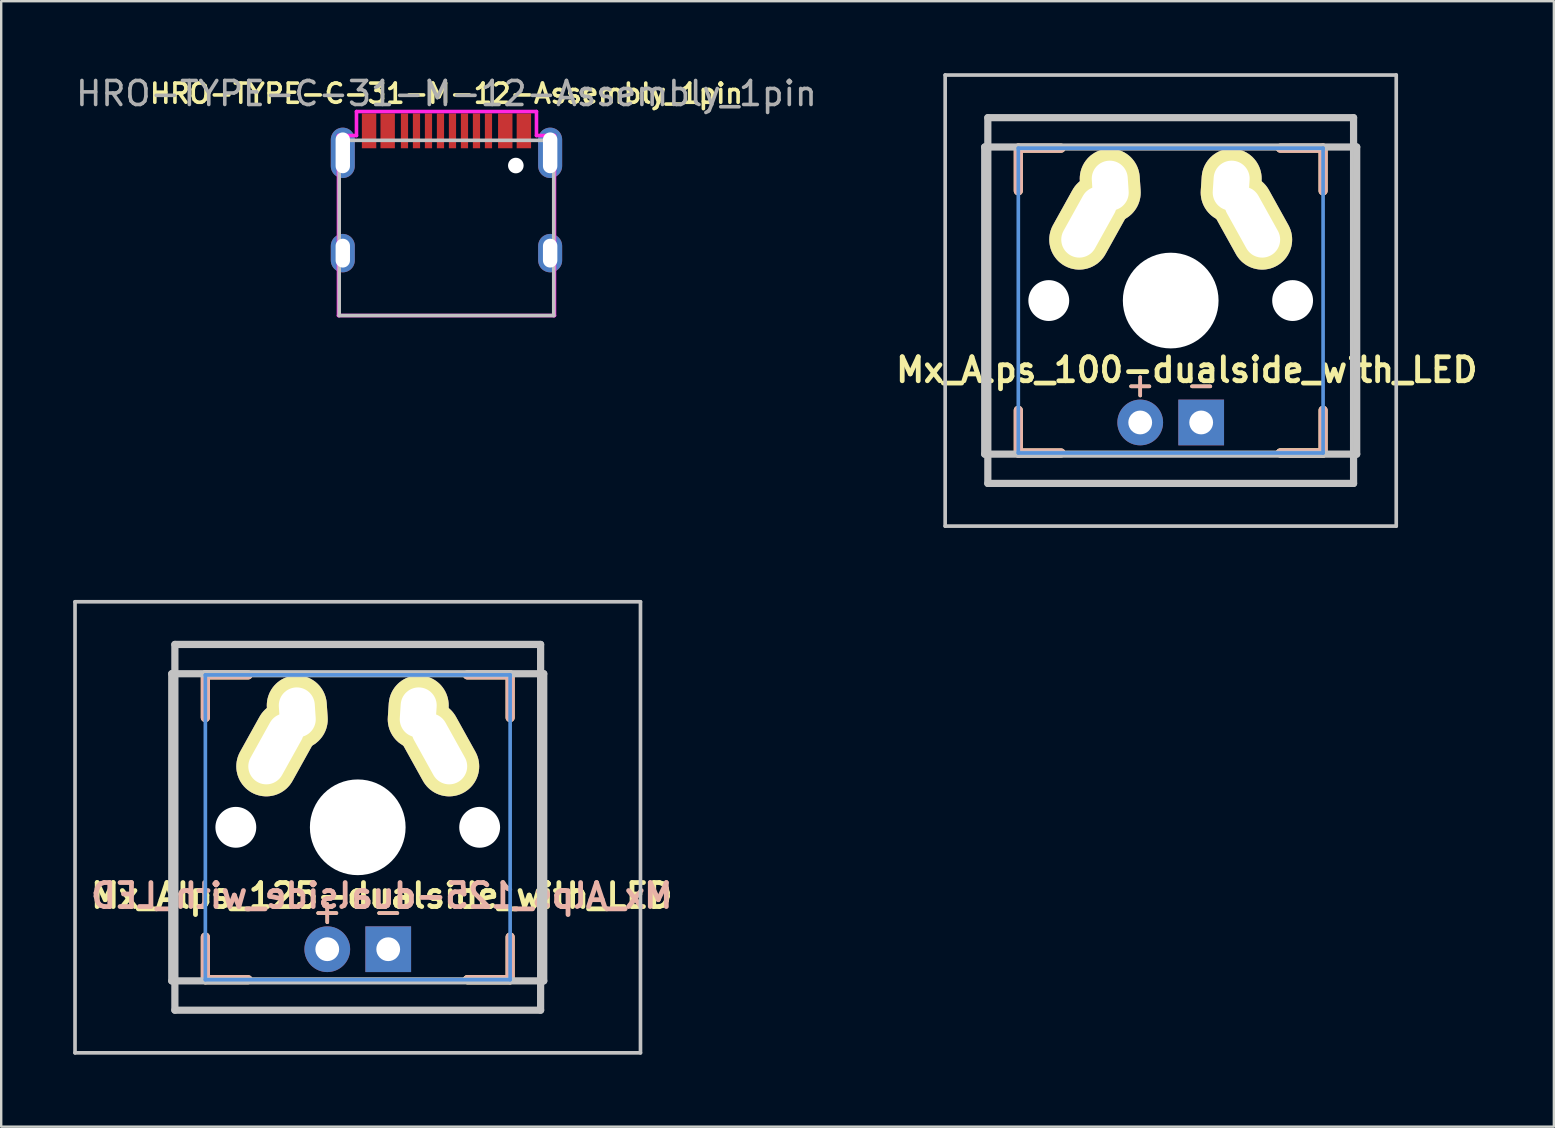
<source format=kicad_pcb>
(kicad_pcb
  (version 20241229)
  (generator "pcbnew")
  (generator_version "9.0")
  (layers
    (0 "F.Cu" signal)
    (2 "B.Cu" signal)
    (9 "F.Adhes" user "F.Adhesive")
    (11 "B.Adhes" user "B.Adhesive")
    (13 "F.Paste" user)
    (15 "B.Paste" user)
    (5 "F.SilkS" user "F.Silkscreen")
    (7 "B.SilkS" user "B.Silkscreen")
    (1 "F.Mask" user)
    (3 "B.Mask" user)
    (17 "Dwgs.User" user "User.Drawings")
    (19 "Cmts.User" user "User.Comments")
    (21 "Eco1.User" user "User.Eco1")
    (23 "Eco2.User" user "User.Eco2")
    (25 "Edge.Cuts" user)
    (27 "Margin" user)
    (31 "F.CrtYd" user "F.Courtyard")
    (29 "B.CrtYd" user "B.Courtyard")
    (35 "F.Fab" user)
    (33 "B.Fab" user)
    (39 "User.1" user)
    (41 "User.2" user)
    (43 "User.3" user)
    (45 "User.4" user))
  (footprint "Mx_Alps_100-dualside_with_LED"
    (layer "F.Cu")
    (at 45.732 9.474)
    (property "Reference" "Mx_Alps_100-dualside_with_LED" (at 0.67 2.89 0) (layer "F.SilkS") (effects (font (size 1 1) (thickness 0.2))))
    (attr through_hole)
    (fp_line (start -6.35 -6.35) (end -4.572 -6.35) (stroke (width 0.381) (type solid)) (layer "F.SilkS"))
    (fp_line (start -6.35 -4.572) (end -6.35 -6.35) (stroke (width 0.381) (type solid)) (layer "F.SilkS"))
    (fp_line (start -6.35 6.35) (end -6.35 4.572) (stroke (width 0.381) (type solid)) (layer "F.SilkS"))
    (fp_line (start -4.572 6.35) (end -6.35 6.35) (stroke (width 0.381) (type solid)) (layer "F.SilkS"))
    (fp_line (start 4.572 -6.35) (end 6.35 -6.35) (stroke (width 0.381) (type solid)) (layer "F.SilkS"))
    (fp_line (start 4.572 6.35) (end 6.35 6.35) (stroke (width 0.381) (type solid)) (layer "F.SilkS"))
    (fp_line (start 6.35 -6.35) (end 6.35 -4.572) (stroke (width 0.381) (type solid)) (layer "F.SilkS"))
    (fp_line (start 6.35 4.572) (end 6.35 6.35) (stroke (width 0.381) (type solid)) (layer "F.SilkS"))
    (fp_line (start 6.35 6.35) (end 4.572 6.35) (stroke (width 0.381) (type solid)) (layer "F.SilkS"))
    (fp_line (start -6.35 -6.35) (end -4.572 -6.35) (stroke (width 0.381) (type solid)) (layer "B.SilkS"))
    (fp_line (start -6.35 -4.572) (end -6.35 -6.35) (stroke (width 0.381) (type solid)) (layer "B.SilkS"))
    (fp_line (start -6.35 6.35) (end -6.35 4.572) (stroke (width 0.381) (type solid)) (layer "B.SilkS"))
    (fp_line (start -4.572 6.35) (end -6.35 6.35) (stroke (width 0.381) (type solid)) (layer "B.SilkS"))
    (fp_line (start 6.35 -6.35) (end 4.572 -6.35) (stroke (width 0.381) (type solid)) (layer "B.SilkS"))
    (fp_line (start 6.35 -4.572) (end 6.35 -6.35) (stroke (width 0.381) (type solid)) (layer "B.SilkS"))
    (fp_line (start 6.35 4.572) (end 6.35 6.35) (stroke (width 0.381) (type solid)) (layer "B.SilkS"))
    (fp_line (start 6.35 6.35) (end 4.572 6.35) (stroke (width 0.381) (type solid)) (layer "B.SilkS"))
    (fp_line (start -9.398 -9.398) (end 9.398 -9.398) (stroke (width 0.152) (type solid)) (layer "Dwgs.User"))
    (fp_line (start -9.398 9.398) (end -9.398 -9.398) (stroke (width 0.152) (type solid)) (layer "Dwgs.User"))
    (fp_line (start -7.75 6.4) (end -7.75 -6.4) (stroke (width 0.3) (type solid)) (layer "Dwgs.User"))
    (fp_line (start -7.75 6.4) (end 7.75 6.4) (stroke (width 0.3) (type solid)) (layer "Dwgs.User"))
    (fp_line (start -7.62 -7.62) (end 7.62 -7.62) (stroke (width 0.3) (type solid)) (layer "Dwgs.User"))
    (fp_line (start -7.62 7.62) (end -7.62 -7.62) (stroke (width 0.3) (type solid)) (layer "Dwgs.User"))
    (fp_line (start 7.62 -7.62) (end 7.62 7.62) (stroke (width 0.3) (type solid)) (layer "Dwgs.User"))
    (fp_line (start 7.62 7.62) (end -7.62 7.62) (stroke (width 0.3) (type solid)) (layer "Dwgs.User"))
    (fp_line (start 7.75 -6.4) (end -7.75 -6.4) (stroke (width 0.3) (type solid)) (layer "Dwgs.User"))
    (fp_line (start 7.75 6.4) (end 7.75 -6.4) (stroke (width 0.3) (type solid)) (layer "Dwgs.User"))
    (fp_line (start 9.398 -9.398) (end 9.398 9.398) (stroke (width 0.152) (type solid)) (layer "Dwgs.User"))
    (fp_line (start 9.398 9.398) (end -9.398 9.398) (stroke (width 0.152) (type solid)) (layer "Dwgs.User"))
    (fp_line (start -6.35 -6.35) (end 6.35 -6.35) (stroke (width 0.152) (type solid)) (layer "Cmts.User"))
    (fp_line (start -6.35 6.35) (end -6.35 -6.35) (stroke (width 0.152) (type solid)) (layer "Cmts.User"))
    (fp_line (start 6.35 6.35) (end -6.35 6.35) (stroke (width 0.152) (type solid)) (layer "Cmts.User"))
    (fp_line (start 6.35 6.35) (end 6.35 -6.35) (stroke (width 0.152) (type solid)) (layer "Cmts.User"))
    (fp_line (start -6.985 6.985) (end -6.985 -6.985) (stroke (width 0.152) (type solid)) (layer "Eco2.User"))
    (fp_line (start 6.985 -6.985) (end -6.985 -6.985) (stroke (width 0.152) (type solid)) (layer "Eco2.User"))
    (fp_line (start 6.985 -6.985) (end 6.985 6.985) (stroke (width 0.152) (type solid)) (layer "Eco2.User"))
    (fp_line (start 6.985 6.985) (end -6.985 6.985) (stroke (width 0.152) (type solid)) (layer "Eco2.User"))
    (fp_line (start 6.985 6.985) (end 6.985 -6.985) (stroke (width 0.152) (type solid)) (layer "Eco2.User"))
    (fp_text user "-" (at 1.27 3.5 0) (layer "F.SilkS") (effects (font (size 1 1) (thickness 0.15))))
    (fp_text user "+" (at -1.27 3.5 0) (layer "F.SilkS") (effects (font (size 1 1) (thickness 0.15))))
    (fp_text user "+" (at -1.27 3.5 0) (layer "B.SilkS") (effects (font (size 1 1) (thickness 0.15))))
    (fp_text user "-" (at 1.27 3.5 0) (layer "B.SilkS") (effects (font (size 1 1) (thickness 0.15))))
    (pad "" np_thru_hole circle (at -5.08 0) (size 1.702 1.702) (drill 1.702) (layers "*.Cu"))
    (pad "" np_thru_hole circle (at 0 0) (size 3.988 3.988) (drill 3.988) (layers "*.Cu"))
    (pad "" np_thru_hole circle (at 5.08 0) (size 1.702 1.702) (drill 1.702) (layers "*.Cu"))
    (pad "1" thru_hole oval (at -3.405 -3.27 330.95) (size 2.5 4.17) (drill oval 1.5 3.17) (layers "*.Cu" "*.Mask" "F.SilkS"))
    (pad "1" thru_hole oval (at -2.52 -4.79 3.9) (size 2.5 3.08) (drill oval 1.5 2.08) (layers "*.Cu" "*.Mask" "F.SilkS"))
    (pad "2" thru_hole oval (at 2.52 -4.79 356.1) (size 2.5 3.08) (drill oval 1.5 2.08) (layers "*.Cu" "*.Mask" "F.SilkS"))
    (pad "2" thru_hole oval (at 3.405 -3.27 29.05) (size 2.5 4.17) (drill oval 1.5 3.17) (layers "*.Cu" "*.Mask" "F.SilkS"))
    (pad "3" thru_hole circle (at -1.27 5.08) (size 1.905 1.905) (drill 0.991) (layers "*.Cu" "*.Mask"))
    (pad "4" thru_hole rect (at 1.27 5.08) (size 1.905 1.905) (drill 0.991) (layers "*.Cu" "*.Mask")))
  (footprint "HRO-TYPE-C-31-M-12-Assembly_1pin"
    (layer "F.Cu")
    (at 15.554 10.098)
    (property "Reference" "HRO-TYPE-C-31-M-12-Assembly_1pin" (at 0 -9.25 180) (layer "F.SilkS") (effects (font (size 0.8 0.8) (thickness 0.15))))
    (attr smd)
    (fp_line (start -4.47 -7.3) (end 4.47 -7.3) (stroke (width 0.15) (type solid)) (layer "Dwgs.User"))
    (fp_line (start -4.47 0) (end -4.47 -7.3) (stroke (width 0.15) (type solid)) (layer "Dwgs.User"))
    (fp_line (start -4.47 0) (end 4.47 0) (stroke (width 0.15) (type solid)) (layer "Dwgs.User"))
    (fp_line (start 4.47 0) (end 4.47 -7.3) (stroke (width 0.15) (type solid)) (layer "Dwgs.User"))
    (fp_line (start -4.5 -7.5) (end -3.75 -7.5) (stroke (width 0.15) (type solid)) (layer "F.CrtYd"))
    (fp_line (start -4.5 0) (end -4.5 -7.5) (stroke (width 0.15) (type solid)) (layer "F.CrtYd"))
    (fp_line (start -3.75 -8.5) (end 3.75 -8.5) (stroke (width 0.15) (type solid)) (layer "F.CrtYd"))
    (fp_line (start -3.75 -7.5) (end -3.75 -8.5) (stroke (width 0.15) (type solid)) (layer "F.CrtYd"))
    (fp_line (start 3.75 -8.5) (end 3.75 -7.5) (stroke (width 0.15) (type solid)) (layer "F.CrtYd"))
    (fp_line (start 4.5 -7.5) (end 3.75 -7.5) (stroke (width 0.15) (type solid)) (layer "F.CrtYd"))
    (fp_line (start 4.5 -7.5) (end 4.5 0) (stroke (width 0.15) (type solid)) (layer "F.CrtYd"))
    (fp_line (start 4.5 0) (end -4.5 0) (stroke (width 0.15) (type solid)) (layer "F.CrtYd"))
    (fp_text user "${REFERENCE}" (at 0 -9.25 180) (layer "F.Fab") (effects (font (size 1 1) (thickness 0.15))))
    (pad "" np_thru_hole circle (at 2.89 -6.25) (size 0.65 0.65) (drill 0.65) (layers "*.Cu" "*.Mask"))
    (pad "1" smd rect (at -3.225 -7.695) (size 0.6 1.45) (layers "F.Cu" "F.Mask" "F.Paste"))
    (pad "2" smd rect (at -2.45 -7.695) (size 0.6 1.45) (layers "F.Cu" "F.Mask" "F.Paste"))
    (pad "3" smd rect (at -1.75 -7.695) (size 0.3 1.45) (layers "F.Cu" "F.Mask" "F.Paste"))
    (pad "4" smd rect (at -1.25 -7.695) (size 0.3 1.45) (layers "F.Cu" "F.Mask" "F.Paste"))
    (pad "5" smd rect (at -0.75 -7.695) (size 0.3 1.45) (layers "F.Cu" "F.Mask" "F.Paste"))
    (pad "6" smd rect (at -0.25 -7.695) (size 0.3 1.45) (layers "F.Cu" "F.Mask" "F.Paste"))
    (pad "7" smd rect (at 0.25 -7.695) (size 0.3 1.45) (layers "F.Cu" "F.Mask" "F.Paste"))
    (pad "8" smd rect (at 0.75 -7.695) (size 0.3 1.45) (layers "F.Cu" "F.Mask" "F.Paste"))
    (pad "9" smd rect (at 1.25 -7.695) (size 0.3 1.45) (layers "F.Cu" "F.Mask" "F.Paste"))
    (pad "10" smd rect (at 1.75 -7.695) (size 0.3 1.45) (layers "F.Cu" "F.Mask" "F.Paste"))
    (pad "11" smd rect (at 2.45 -7.695) (size 0.6 1.45) (layers "F.Cu" "F.Mask" "F.Paste"))
    (pad "12" smd rect (at 3.225 -7.695) (size 0.6 1.45) (layers "F.Cu" "F.Mask" "F.Paste"))
    (pad "13" thru_hole oval (at -4.32 -6.78) (size 1 2.1) (drill oval 0.6 1.7) (layers "*.Cu" "*.Mask"))
    (pad "13" thru_hole oval (at -4.32 -2.6) (size 1 1.6) (drill oval 0.6 1.2) (layers "*.Cu" "*.Mask"))
    (pad "13" thru_hole oval (at 4.32 -6.78) (size 1 2.1) (drill oval 0.6 1.7) (layers "*.Cu" "*.Mask"))
    (pad "13" thru_hole oval (at 4.32 -2.6) (size 1 1.6) (drill oval 0.6 1.2) (layers "*.Cu" "*.Mask")))
  (footprint "Mx_Alps_125-dualside_with_LED"
    (layer "F.Cu")
    (at 11.857 31.423)
    (property "Reference" "Mx_Alps_125-dualside_with_LED" (at 1 2.85 0) (layer "F.SilkS") (effects (font (size 1 1) (thickness 0.2))))
    (attr through_hole)
    (fp_line (start -6.35 -6.35) (end -4.572 -6.35) (stroke (width 0.381) (type solid)) (layer "F.SilkS"))
    (fp_line (start -6.35 -4.572) (end -6.35 -6.35) (stroke (width 0.381) (type solid)) (layer "F.SilkS"))
    (fp_line (start -6.35 6.35) (end -6.35 4.572) (stroke (width 0.381) (type solid)) (layer "F.SilkS"))
    (fp_line (start -4.572 6.35) (end -6.35 6.35) (stroke (width 0.381) (type solid)) (layer "F.SilkS"))
    (fp_line (start 4.572 -6.35) (end 6.35 -6.35) (stroke (width 0.381) (type solid)) (layer "F.SilkS"))
    (fp_line (start 4.572 6.35) (end 6.35 6.35) (stroke (width 0.381) (type solid)) (layer "F.SilkS"))
    (fp_line (start 6.35 -6.35) (end 6.35 -4.572) (stroke (width 0.381) (type solid)) (layer "F.SilkS"))
    (fp_line (start 6.35 4.572) (end 6.35 6.35) (stroke (width 0.381) (type solid)) (layer "F.SilkS"))
    (fp_line (start 6.35 6.35) (end 4.572 6.35) (stroke (width 0.381) (type solid)) (layer "F.SilkS"))
    (fp_line (start -6.35 -6.35) (end -4.572 -6.35) (stroke (width 0.381) (type solid)) (layer "B.SilkS"))
    (fp_line (start -6.35 -4.572) (end -6.35 -6.35) (stroke (width 0.381) (type solid)) (layer "B.SilkS"))
    (fp_line (start -6.35 6.35) (end -6.35 4.572) (stroke (width 0.381) (type solid)) (layer "B.SilkS"))
    (fp_line (start -4.572 6.35) (end -6.35 6.35) (stroke (width 0.381) (type solid)) (layer "B.SilkS"))
    (fp_line (start 6.35 -6.35) (end 4.572 -6.35) (stroke (width 0.381) (type solid)) (layer "B.SilkS"))
    (fp_line (start 6.35 -4.572) (end 6.35 -6.35) (stroke (width 0.381) (type solid)) (layer "B.SilkS"))
    (fp_line (start 6.35 4.572) (end 6.35 6.35) (stroke (width 0.381) (type solid)) (layer "B.SilkS"))
    (fp_line (start 6.35 6.35) (end 4.572 6.35) (stroke (width 0.381) (type solid)) (layer "B.SilkS"))
    (fp_line (start -11.781 -9.398) (end 11.781 -9.398) (stroke (width 0.152) (type solid)) (layer "Dwgs.User"))
    (fp_line (start -11.781 9.398) (end -11.781 -9.398) (stroke (width 0.152) (type solid)) (layer "Dwgs.User"))
    (fp_line (start -7.75 6.4) (end -7.75 -6.4) (stroke (width 0.3) (type solid)) (layer "Dwgs.User"))
    (fp_line (start -7.75 6.4) (end 7.75 6.4) (stroke (width 0.3) (type solid)) (layer "Dwgs.User"))
    (fp_line (start -7.62 -7.62) (end 7.62 -7.62) (stroke (width 0.3) (type solid)) (layer "Dwgs.User"))
    (fp_line (start -7.62 7.62) (end -7.62 -7.62) (stroke (width 0.3) (type solid)) (layer "Dwgs.User"))
    (fp_line (start 7.62 -7.62) (end 7.62 7.62) (stroke (width 0.3) (type solid)) (layer "Dwgs.User"))
    (fp_line (start 7.62 7.62) (end -7.62 7.62) (stroke (width 0.3) (type solid)) (layer "Dwgs.User"))
    (fp_line (start 7.75 -6.4) (end -7.75 -6.4) (stroke (width 0.3) (type solid)) (layer "Dwgs.User"))
    (fp_line (start 7.75 6.4) (end 7.75 -6.4) (stroke (width 0.3) (type solid)) (layer "Dwgs.User"))
    (fp_line (start 11.781 -9.398) (end 11.781 9.398) (stroke (width 0.152) (type solid)) (layer "Dwgs.User"))
    (fp_line (start 11.781 9.398) (end -11.781 9.398) (stroke (width 0.152) (type solid)) (layer "Dwgs.User"))
    (fp_line (start -6.35 -6.35) (end 6.35 -6.35) (stroke (width 0.152) (type solid)) (layer "Cmts.User"))
    (fp_line (start -6.35 6.35) (end -6.35 -6.35) (stroke (width 0.152) (type solid)) (layer "Cmts.User"))
    (fp_line (start 6.35 6.35) (end -6.35 6.35) (stroke (width 0.152) (type solid)) (layer "Cmts.User"))
    (fp_line (start 6.35 6.35) (end 6.35 -6.35) (stroke (width 0.152) (type solid)) (layer "Cmts.User"))
    (fp_line (start -6.985 6.985) (end -6.985 -6.985) (stroke (width 0.152) (type solid)) (layer "Eco2.User"))
    (fp_line (start 6.985 -6.985) (end -6.985 -6.985) (stroke (width 0.152) (type solid)) (layer "Eco2.User"))
    (fp_line (start 6.985 -6.985) (end 6.985 6.985) (stroke (width 0.152) (type solid)) (layer "Eco2.User"))
    (fp_line (start 6.985 6.985) (end -6.985 6.985) (stroke (width 0.152) (type solid)) (layer "Eco2.User"))
    (fp_line (start 6.985 6.985) (end 6.985 -6.985) (stroke (width 0.152) (type solid)) (layer "Eco2.User"))
    (fp_text user "-" (at 1.27 3.5 0) (layer "F.SilkS") (effects (font (size 1 1) (thickness 0.15))))
    (fp_text user "+" (at -1.27 3.5 0) (layer "F.SilkS") (effects (font (size 1 1) (thickness 0.15))))
    (fp_text user "+" (at -1.27 3.5 0) (layer "B.SilkS") (effects (font (size 1 1) (thickness 0.15))))
    (fp_text user "${REFERENCE}" (at 1 2.85 0) (layer "B.SilkS") (effects (font (size 1 1) (thickness 0.2)) (justify mirror)))
    (fp_text user "-" (at 1.27 3.5 0) (layer "B.SilkS") (effects (font (size 1 1) (thickness 0.15))))
    (pad "" np_thru_hole circle (at -5.08 0) (size 1.702 1.702) (drill 1.702) (layers "*.Cu"))
    (pad "" np_thru_hole circle (at 0 0) (size 3.988 3.988) (drill 3.988) (layers "*.Cu"))
    (pad "" np_thru_hole circle (at 5.08 0) (size 1.702 1.702) (drill 1.702) (layers "*.Cu"))
    (pad "1" thru_hole oval (at -3.405 -3.27 330.95) (size 2.5 4.17) (drill oval 1.5 3.17) (layers "*.Cu" "*.Mask" "F.SilkS"))
    (pad "1" thru_hole oval (at -2.52 -4.79 3.9) (size 2.5 3.08) (drill oval 1.5 2.08) (layers "*.Cu" "*.Mask" "F.SilkS"))
    (pad "2" thru_hole oval (at 2.52 -4.79 356.1) (size 2.5 3.08) (drill oval 1.5 2.08) (layers "*.Cu" "*.Mask" "F.SilkS"))
    (pad "2" thru_hole oval (at 3.405 -3.27 29.05) (size 2.5 4.17) (drill oval 1.5 3.17) (layers "*.Cu" "*.Mask" "F.SilkS"))
    (pad "3" thru_hole circle (at -1.27 5.08) (size 1.905 1.905) (drill 0.991) (layers "*.Cu" "*.Mask"))
    (pad "4" thru_hole rect (at 1.27 5.08) (size 1.905 1.905) (drill 0.991) (layers "*.Cu" "*.Mask")))
  (gr_rect
    (start -3 -3)
    (end 61.698 43.897)
    (stroke (width 0.1) (type default))
    (fill no)
    (layer "Edge.Cuts")))
</source>
